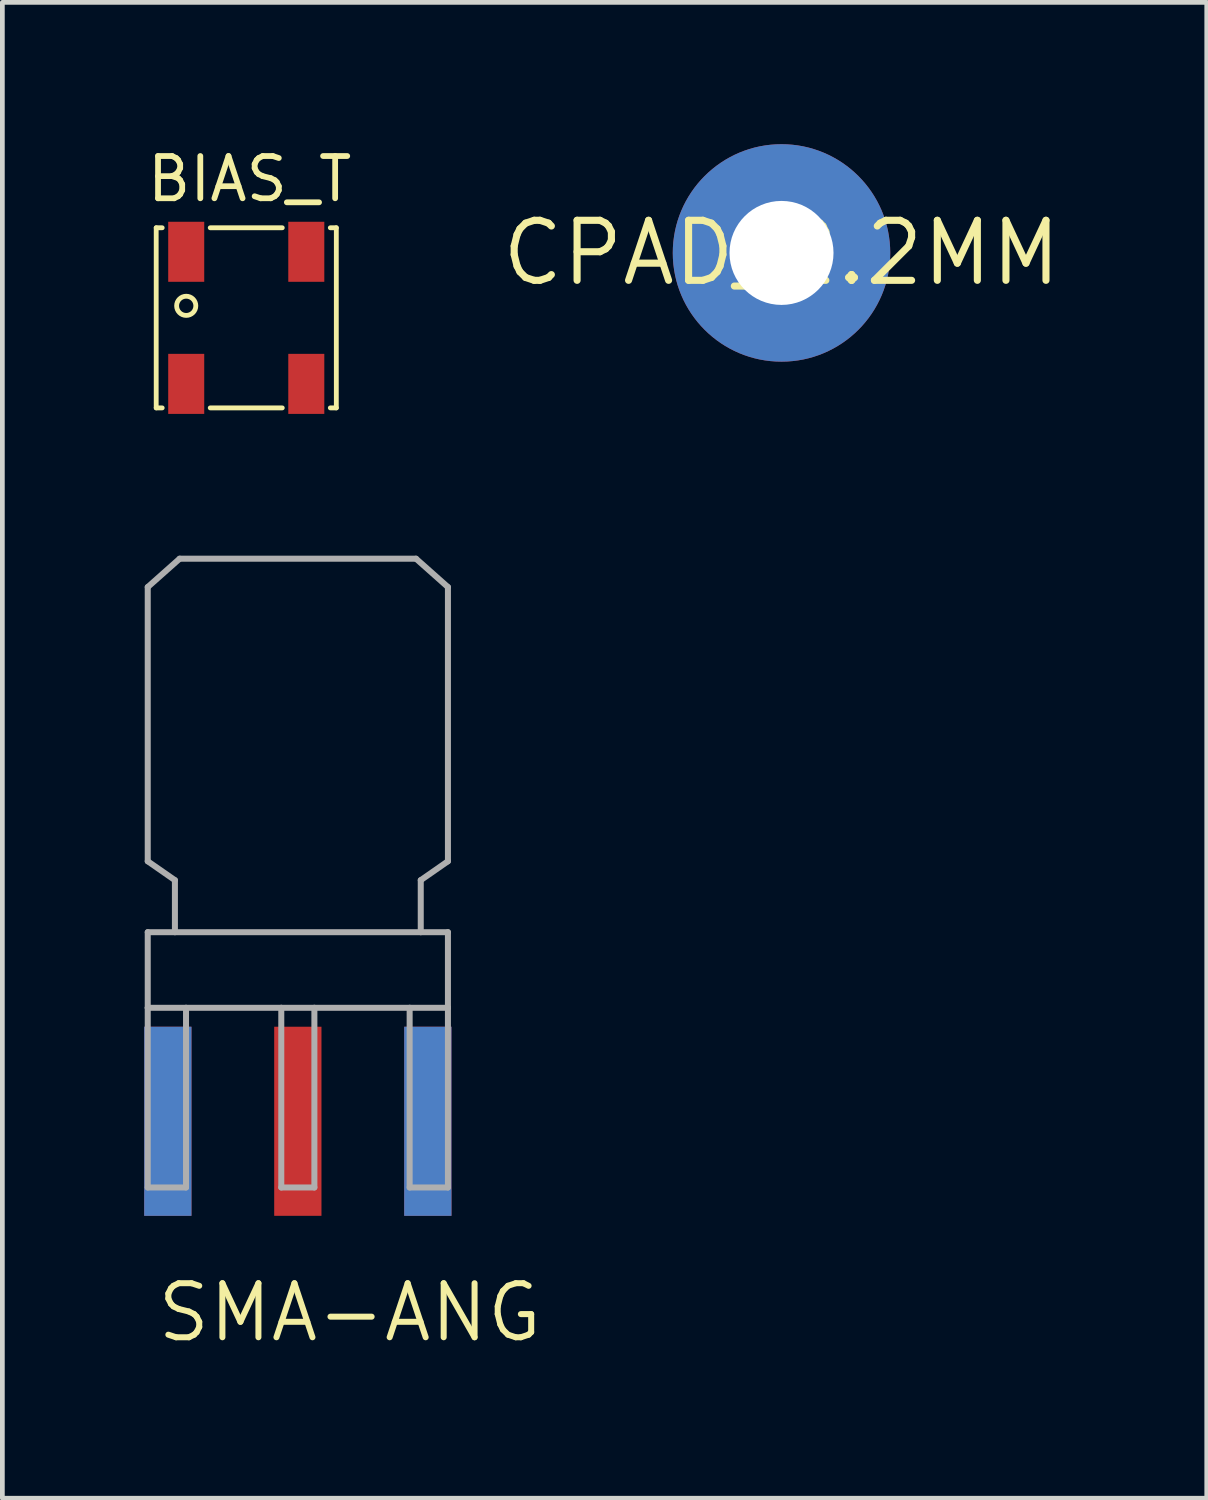
<source format=kicad_pcb>
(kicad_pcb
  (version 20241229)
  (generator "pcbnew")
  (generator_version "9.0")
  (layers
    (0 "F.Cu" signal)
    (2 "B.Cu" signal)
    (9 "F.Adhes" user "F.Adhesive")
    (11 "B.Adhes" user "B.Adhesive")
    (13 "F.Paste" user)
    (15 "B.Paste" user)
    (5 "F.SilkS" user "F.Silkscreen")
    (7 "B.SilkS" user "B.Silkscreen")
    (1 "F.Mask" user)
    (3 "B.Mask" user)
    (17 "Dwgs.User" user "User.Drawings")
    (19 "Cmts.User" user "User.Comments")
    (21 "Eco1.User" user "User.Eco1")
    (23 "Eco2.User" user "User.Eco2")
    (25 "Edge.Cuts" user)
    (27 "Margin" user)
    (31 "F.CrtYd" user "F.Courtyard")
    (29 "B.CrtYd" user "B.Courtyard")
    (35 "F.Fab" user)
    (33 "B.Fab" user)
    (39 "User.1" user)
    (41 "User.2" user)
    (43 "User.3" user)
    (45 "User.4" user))
  (footprint "BIAS_T"
    (layer "F.Cu")
    (at 2.159 3.673)
    (property "Reference" "BIAS_T" (at -2.159 -2.413 0) (layer "F.SilkS") (effects (font (size 0.894 0.894) (thickness 0.122)) (justify left bottom)))
    (fp_line (start -1.905 -1.905) (end -1.905 1.905) (stroke (width 0.102) (type solid)) (layer "F.SilkS"))
    (fp_line (start -1.905 -1.905) (end -1.778 -1.905) (stroke (width 0.102) (type solid)) (layer "F.SilkS"))
    (fp_line (start -1.905 1.905) (end -1.778 1.905) (stroke (width 0.102) (type solid)) (layer "F.SilkS"))
    (fp_line (start -0.762 -1.905) (end 0.762 -1.905) (stroke (width 0.102) (type solid)) (layer "F.SilkS"))
    (fp_line (start -0.762 1.905) (end 0.762 1.905) (stroke (width 0.102) (type solid)) (layer "F.SilkS"))
    (fp_line (start 1.905 -1.905) (end 1.778 -1.905) (stroke (width 0.102) (type solid)) (layer "F.SilkS"))
    (fp_line (start 1.905 1.905) (end 1.778 1.905) (stroke (width 0.102) (type solid)) (layer "F.SilkS"))
    (fp_line (start 1.905 1.905) (end 1.905 -1.905) (stroke (width 0.102) (type solid)) (layer "F.SilkS"))
    (fp_circle (center -1.27 -0.254) (end -1.067 -0.254) (stroke (width 0.102) (type solid)) (fill no) (layer "F.SilkS"))
    (pad "1" smd rect (at -1.27 -1.397) (size 0.762 1.27) (layers "F.Cu" "F.Mask" "F.Paste"))
    (pad "2" smd rect (at 1.27 -1.397) (size 0.762 1.27) (layers "F.Cu" "F.Mask" "F.Paste"))
    (pad "3" smd rect (at 1.27 1.397) (size 0.762 1.27) (layers "F.Cu" "F.Mask" "F.Paste"))
    (pad "4" smd rect (at -1.27 1.397) (size 0.762 1.27) (layers "F.Cu" "F.Mask" "F.Paste")))
  (footprint "CPAD_2.2MM"
    (layer "F.Cu")
    (at 13.481 2.3)
    (property "Reference" "CPAD_2.2MM" (at 0 0 0) (layer "F.SilkS") (effects (font (size 1.27 1.27) (thickness 0.15))))
    (pad "EP" thru_hole circle (at 0 0) (size 4.6 4.6) (drill 2.2) (layers "*.Cu" "*.Mask")))
  (footprint "SMA-ANG"
    (layer "F.Cu")
    (at 3.25 16.668)
    (property "Reference" "SMA-ANG" (at -3.04 8.715 0) (layer "F.SilkS") (effects (font (size 1.143 1.143) (thickness 0.127)) (justify left bottom)))
    (fp_line (start -3.175 -7.3) (end -2.5 -7.9) (stroke (width 0.127) (type solid)) (layer "F.Fab"))
    (fp_line (start -3.175 -1.5) (end -3.175 -7.3) (stroke (width 0.127) (type solid)) (layer "F.Fab"))
    (fp_line (start -3.175 0) (end -3.175 1.6) (stroke (width 0.127) (type solid)) (layer "F.Fab"))
    (fp_line (start -3.175 1.6) (end -3.175 5.4) (stroke (width 0.127) (type solid)) (layer "F.Fab"))
    (fp_line (start -2.6 -1.1) (end -3.175 -1.5) (stroke (width 0.127) (type solid)) (layer "F.Fab"))
    (fp_line (start -2.6 0) (end -3.175 0) (stroke (width 0.127) (type solid)) (layer "F.Fab"))
    (fp_line (start -2.6 0) (end -2.6 -1.1) (stroke (width 0.127) (type solid)) (layer "F.Fab"))
    (fp_line (start -2.5 -7.9) (end 2.5 -7.9) (stroke (width 0.127) (type solid)) (layer "F.Fab"))
    (fp_line (start -2.365 1.6) (end -3.175 1.6) (stroke (width 0.127) (type solid)) (layer "F.Fab"))
    (fp_line (start -2.365 1.6) (end -2.365 5.4) (stroke (width 0.127) (type solid)) (layer "F.Fab"))
    (fp_line (start -2.365 5.4) (end -3.175 5.4) (stroke (width 0.127) (type solid)) (layer "F.Fab"))
    (fp_line (start -0.35 1.6) (end -2.365 1.6) (stroke (width 0.127) (type solid)) (layer "F.Fab"))
    (fp_line (start -0.35 1.6) (end -0.35 5.4) (stroke (width 0.127) (type solid)) (layer "F.Fab"))
    (fp_line (start 0.35 1.6) (end -0.35 1.6) (stroke (width 0.127) (type solid)) (layer "F.Fab"))
    (fp_line (start 0.35 1.6) (end 0.35 5.4) (stroke (width 0.127) (type solid)) (layer "F.Fab"))
    (fp_line (start 0.35 5.4) (end -0.35 5.4) (stroke (width 0.127) (type solid)) (layer "F.Fab"))
    (fp_line (start 2.365 1.6) (end 0.35 1.6) (stroke (width 0.127) (type solid)) (layer "F.Fab"))
    (fp_line (start 2.365 5.4) (end 2.365 1.6) (stroke (width 0.127) (type solid)) (layer "F.Fab"))
    (fp_line (start 2.5 -7.9) (end 3.175 -7.3) (stroke (width 0.127) (type solid)) (layer "F.Fab"))
    (fp_line (start 2.6 -1.1) (end 2.6 0) (stroke (width 0.127) (type solid)) (layer "F.Fab"))
    (fp_line (start 2.6 0) (end -2.6 0) (stroke (width 0.127) (type solid)) (layer "F.Fab"))
    (fp_line (start 3.175 -7.3) (end 3.175 -1.5) (stroke (width 0.127) (type solid)) (layer "F.Fab"))
    (fp_line (start 3.175 -1.5) (end 2.6 -1.1) (stroke (width 0.127) (type solid)) (layer "F.Fab"))
    (fp_line (start 3.175 0) (end 2.6 0) (stroke (width 0.127) (type solid)) (layer "F.Fab"))
    (fp_line (start 3.175 1.6) (end 2.365 1.6) (stroke (width 0.127) (type solid)) (layer "F.Fab"))
    (fp_line (start 3.175 1.6) (end 3.175 0) (stroke (width 0.127) (type solid)) (layer "F.Fab"))
    (fp_line (start 3.175 5.4) (end 2.365 5.4) (stroke (width 0.127) (type solid)) (layer "F.Fab"))
    (fp_line (start 3.175 5.4) (end 3.175 1.6) (stroke (width 0.127) (type solid)) (layer "F.Fab"))
    (pad "P1" smd rect (at 0 4 270) (size 4 1) (layers "F.Cu" "F.Mask"))
    (pad "P2" smd rect (at -2.75 4 270) (size 4 1) (layers "F.Cu" "F.Mask"))
    (pad "P3" smd rect (at 2.75 4 270) (size 4 1) (layers "F.Cu" "F.Mask"))
    (pad "P4" smd rect (at -2.75 4 270) (size 4 1) (layers "B.Cu" "B.Mask"))
    (pad "P5" smd rect (at 2.75 4 270) (size 4 1) (layers "B.Cu" "B.Mask")))
  (gr_rect
    (start -3 -3)
    (end 22.476 28.642)
    (stroke (width 0.1) (type default))
    (fill no)
    (layer "Edge.Cuts")))
</source>
